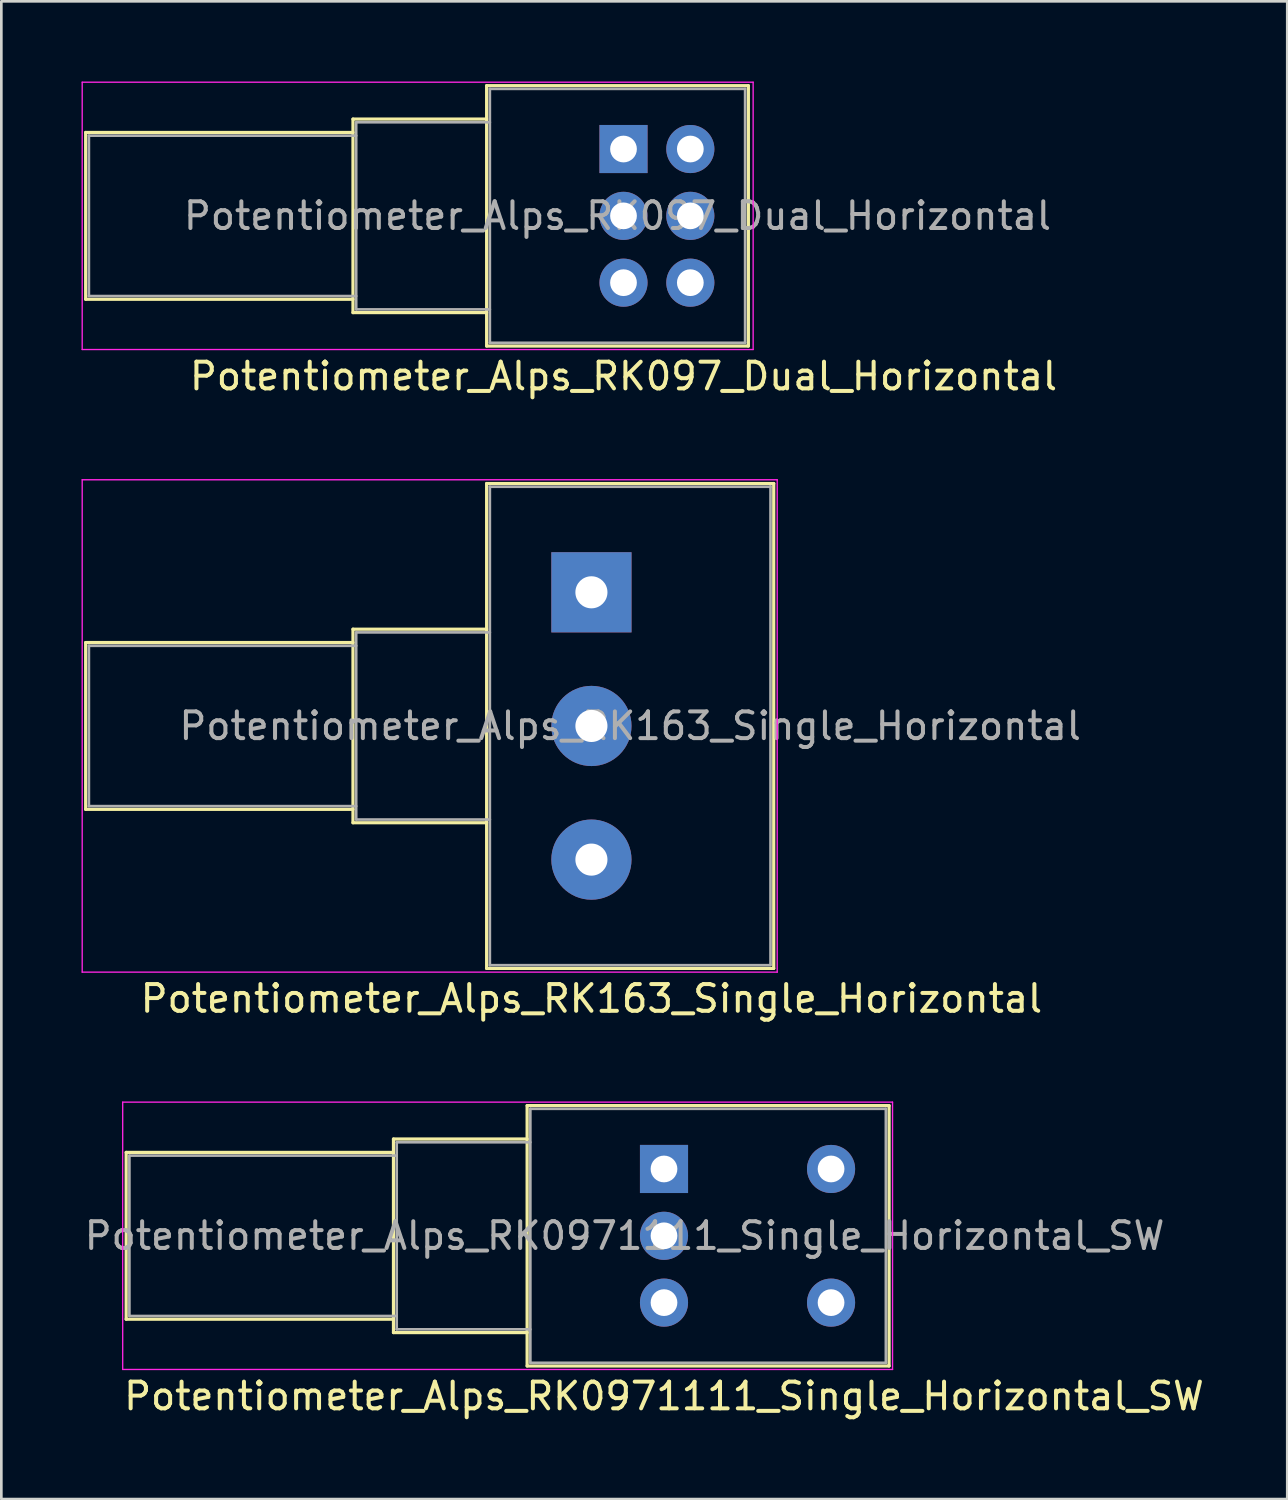
<source format=kicad_pcb>
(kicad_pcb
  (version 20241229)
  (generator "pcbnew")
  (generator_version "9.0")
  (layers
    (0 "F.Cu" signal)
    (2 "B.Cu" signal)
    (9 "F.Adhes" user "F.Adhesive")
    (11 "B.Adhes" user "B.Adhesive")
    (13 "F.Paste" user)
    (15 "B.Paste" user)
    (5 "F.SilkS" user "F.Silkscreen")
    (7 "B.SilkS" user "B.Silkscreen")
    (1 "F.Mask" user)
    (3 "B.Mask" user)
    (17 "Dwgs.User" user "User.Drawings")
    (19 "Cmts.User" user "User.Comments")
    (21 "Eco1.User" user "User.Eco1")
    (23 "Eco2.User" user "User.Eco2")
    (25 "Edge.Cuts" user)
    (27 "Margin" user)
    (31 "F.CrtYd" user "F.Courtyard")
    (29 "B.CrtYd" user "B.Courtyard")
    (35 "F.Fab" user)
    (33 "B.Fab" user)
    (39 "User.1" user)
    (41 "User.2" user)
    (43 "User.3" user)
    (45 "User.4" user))
  (footprint "Potentiometer_Alps_RK097_Dual_Horizontal"
    (layer "F.Cu")
    (at 20.275 2.525)
    (property "Reference" "Potentiometer_Alps_RK097_Dual_Horizontal" (at 0 8.5 180) (layer "F.SilkS") (effects (font (size 1 1) (thickness 0.15))))
    (attr through_hole)
    (fp_line (start -20.12 5.62) (end -20.12 -0.62) (stroke (width 0.12) (type solid)) (layer "F.SilkS"))
    (fp_line (start -10.12 -0.62) (end -20.12 -0.62) (stroke (width 0.12) (type solid)) (layer "F.SilkS"))
    (fp_line (start -10.12 5.62) (end -20.12 5.62) (stroke (width 0.12) (type solid)) (layer "F.SilkS"))
    (fp_line (start -10.12 6.12) (end -10.12 -1.12) (stroke (width 0.12) (type solid)) (layer "F.SilkS"))
    (fp_line (start -5.12 -1.12) (end -10.12 -1.12) (stroke (width 0.12) (type solid)) (layer "F.SilkS"))
    (fp_line (start -5.12 6.12) (end -10.12 6.12) (stroke (width 0.12) (type solid)) (layer "F.SilkS"))
    (fp_line (start -5.12 7.37) (end -5.12 -2.37) (stroke (width 0.12) (type solid)) (layer "F.SilkS"))
    (fp_line (start 4.671 -2.37) (end -5.12 -2.37) (stroke (width 0.12) (type solid)) (layer "F.SilkS"))
    (fp_line (start 4.671 7.37) (end -5.12 7.37) (stroke (width 0.12) (type solid)) (layer "F.SilkS"))
    (fp_line (start 4.671 7.37) (end 4.671 -2.37) (stroke (width 0.12) (type solid)) (layer "F.SilkS"))
    (fp_line (start -20.25 -2.5) (end -20.25 7.5) (stroke (width 0.05) (type solid)) (layer "F.CrtYd"))
    (fp_line (start -20.25 7.5) (end 4.85 7.5) (stroke (width 0.05) (type solid)) (layer "F.CrtYd"))
    (fp_line (start 4.85 -2.5) (end -20.25 -2.5) (stroke (width 0.05) (type solid)) (layer "F.CrtYd"))
    (fp_line (start 4.85 7.5) (end 4.85 -2.5) (stroke (width 0.05) (type solid)) (layer "F.CrtYd"))
    (fp_line (start -20 -0.5) (end -20 5.5) (stroke (width 0.1) (type solid)) (layer "F.Fab"))
    (fp_line (start -20 5.5) (end -10 5.5) (stroke (width 0.1) (type solid)) (layer "F.Fab"))
    (fp_line (start -10 -1) (end -10 6) (stroke (width 0.1) (type solid)) (layer "F.Fab"))
    (fp_line (start -10 -0.5) (end -20 -0.5) (stroke (width 0.1) (type solid)) (layer "F.Fab"))
    (fp_line (start -10 6) (end -5 6) (stroke (width 0.1) (type solid)) (layer "F.Fab"))
    (fp_line (start -5 -2.25) (end -5 7.25) (stroke (width 0.1) (type solid)) (layer "F.Fab"))
    (fp_line (start -5 -1) (end -10 -1) (stroke (width 0.1) (type solid)) (layer "F.Fab"))
    (fp_line (start -5 7.25) (end 4.55 7.25) (stroke (width 0.1) (type solid)) (layer "F.Fab"))
    (fp_line (start 4.55 -2.25) (end -5 -2.25) (stroke (width 0.1) (type solid)) (layer "F.Fab"))
    (fp_line (start 4.55 7.25) (end 4.55 -2.25) (stroke (width 0.1) (type solid)) (layer "F.Fab"))
    (fp_text user "${REFERENCE}" (at -0.225 2.5 180) (layer "F.Fab") (effects (font (size 1 1) (thickness 0.15))))
    (pad "1" thru_hole rect (at 0 0 180) (size 1.8 1.8) (drill 1) (layers "*.Cu" "*.Mask"))
    (pad "2" thru_hole circle (at 0 2.5 180) (size 1.8 1.8) (drill 1) (layers "*.Cu" "*.Mask"))
    (pad "3" thru_hole circle (at 0 5 180) (size 1.8 1.8) (drill 1) (layers "*.Cu" "*.Mask"))
    (pad "4" thru_hole circle (at 2.5 0 180) (size 1.8 1.8) (drill 1) (layers "*.Cu" "*.Mask"))
    (pad "5" thru_hole circle (at 2.5 2.5 180) (size 1.8 1.8) (drill 1) (layers "*.Cu" "*.Mask"))
    (pad "6" thru_hole circle (at 2.5 5 180) (size 1.8 1.8) (drill 1) (layers "*.Cu" "*.Mask")))
  (footprint "Potentiometer_Alps_RK163_Single_Horizontal"
    (layer "F.Cu")
    (at 19.075 19.108)
    (property "Reference" "Potentiometer_Alps_RK163_Single_Horizontal" (at 0 15.2 180) (layer "F.SilkS") (effects (font (size 1 1) (thickness 0.15))))
    (attr through_hole)
    (fp_line (start -18.92 8.12) (end -18.92 1.88) (stroke (width 0.12) (type solid)) (layer "F.SilkS"))
    (fp_line (start -8.92 1.88) (end -18.92 1.88) (stroke (width 0.12) (type solid)) (layer "F.SilkS"))
    (fp_line (start -8.92 8.12) (end -18.92 8.12) (stroke (width 0.12) (type solid)) (layer "F.SilkS"))
    (fp_line (start -8.92 8.62) (end -8.92 1.38) (stroke (width 0.12) (type solid)) (layer "F.SilkS"))
    (fp_line (start -3.92 1.38) (end -8.92 1.38) (stroke (width 0.12) (type solid)) (layer "F.SilkS"))
    (fp_line (start -3.92 8.62) (end -8.92 8.62) (stroke (width 0.12) (type solid)) (layer "F.SilkS"))
    (fp_line (start -3.92 14.07) (end -3.92 -4.07) (stroke (width 0.12) (type solid)) (layer "F.SilkS"))
    (fp_line (start 6.82 -4.07) (end -3.92 -4.07) (stroke (width 0.12) (type solid)) (layer "F.SilkS"))
    (fp_line (start 6.82 14.07) (end -3.92 14.07) (stroke (width 0.12) (type solid)) (layer "F.SilkS"))
    (fp_line (start 6.82 14.07) (end 6.82 -4.07) (stroke (width 0.12) (type solid)) (layer "F.SilkS"))
    (fp_line (start -19.05 -4.21) (end -19.05 14.21) (stroke (width 0.05) (type solid)) (layer "F.CrtYd"))
    (fp_line (start -19.05 14.21) (end 6.95 14.21) (stroke (width 0.05) (type solid)) (layer "F.CrtYd"))
    (fp_line (start 6.95 -4.21) (end -19.05 -4.21) (stroke (width 0.05) (type solid)) (layer "F.CrtYd"))
    (fp_line (start 6.95 14.21) (end 6.95 -4.21) (stroke (width 0.05) (type solid)) (layer "F.CrtYd"))
    (fp_line (start -18.8 2) (end -18.8 8) (stroke (width 0.1) (type solid)) (layer "F.Fab"))
    (fp_line (start -18.8 8) (end -8.8 8) (stroke (width 0.1) (type solid)) (layer "F.Fab"))
    (fp_line (start -8.8 1.5) (end -8.8 8.5) (stroke (width 0.1) (type solid)) (layer "F.Fab"))
    (fp_line (start -8.8 2) (end -18.8 2) (stroke (width 0.1) (type solid)) (layer "F.Fab"))
    (fp_line (start -8.8 8.5) (end -3.8 8.5) (stroke (width 0.1) (type solid)) (layer "F.Fab"))
    (fp_line (start -3.8 -3.95) (end -3.8 13.95) (stroke (width 0.1) (type solid)) (layer "F.Fab"))
    (fp_line (start -3.8 1.5) (end -8.8 1.5) (stroke (width 0.1) (type solid)) (layer "F.Fab"))
    (fp_line (start -3.8 13.95) (end 6.7 13.95) (stroke (width 0.1) (type solid)) (layer "F.Fab"))
    (fp_line (start 6.7 -3.95) (end -3.8 -3.95) (stroke (width 0.1) (type solid)) (layer "F.Fab"))
    (fp_line (start 6.7 13.93) (end 6.7 -3.97) (stroke (width 0.1) (type solid)) (layer "F.Fab"))
    (fp_text user "${REFERENCE}" (at 1.45 5 180) (layer "F.Fab") (effects (font (size 1 1) (thickness 0.15))))
    (pad "1" thru_hole rect (at 0 0 180) (size 3 3) (drill 1.2) (layers "*.Cu" "*.Mask"))
    (pad "2" thru_hole circle (at 0 5 180) (size 3 3) (drill 1.2) (layers "*.Cu" "*.Mask"))
    (pad "3" thru_hole circle (at 0 10 180) (size 3 3) (drill 1.2) (layers "*.Cu" "*.Mask")))
  (footprint "Potentiometer_Alps_RK0971111_Single_Horizontal_SW"
    (layer "F.Cu")
    (at 21.79 40.681)
    (property "Reference" "Potentiometer_Alps_RK0971111_Single_Horizontal_SW" (at 0 8.5 180) (layer "F.SilkS") (effects (font (size 1 1) (thickness 0.15))))
    (attr through_hole)
    (fp_line (start -20.12 5.62) (end -20.12 -0.62) (stroke (width 0.12) (type solid)) (layer "F.SilkS"))
    (fp_line (start -10.12 -0.62) (end -20.12 -0.62) (stroke (width 0.12) (type solid)) (layer "F.SilkS"))
    (fp_line (start -10.12 5.62) (end -20.12 5.62) (stroke (width 0.12) (type solid)) (layer "F.SilkS"))
    (fp_line (start -10.12 6.12) (end -10.12 -1.12) (stroke (width 0.12) (type solid)) (layer "F.SilkS"))
    (fp_line (start -5.12 -1.12) (end -10.12 -1.12) (stroke (width 0.12) (type solid)) (layer "F.SilkS"))
    (fp_line (start -5.12 6.12) (end -10.12 6.12) (stroke (width 0.12) (type solid)) (layer "F.SilkS"))
    (fp_line (start -5.12 7.37) (end -5.12 -2.37) (stroke (width 0.12) (type solid)) (layer "F.SilkS"))
    (fp_line (start 8.42 -2.37) (end -5.12 -2.37) (stroke (width 0.12) (type solid)) (layer "F.SilkS"))
    (fp_line (start 8.42 7.37) (end -5.12 7.37) (stroke (width 0.12) (type solid)) (layer "F.SilkS"))
    (fp_line (start 8.42 7.37) (end 8.42 -2.37) (stroke (width 0.12) (type solid)) (layer "F.SilkS"))
    (fp_line (start -20.25 -2.5) (end -20.25 7.5) (stroke (width 0.05) (type solid)) (layer "F.CrtYd"))
    (fp_line (start -20.25 7.5) (end 8.55 7.5) (stroke (width 0.05) (type solid)) (layer "F.CrtYd"))
    (fp_line (start 8.55 -2.5) (end -20.25 -2.5) (stroke (width 0.05) (type solid)) (layer "F.CrtYd"))
    (fp_line (start 8.55 7.5) (end 8.55 -2.5) (stroke (width 0.05) (type solid)) (layer "F.CrtYd"))
    (fp_line (start -20 -0.5) (end -20 5.5) (stroke (width 0.1) (type solid)) (layer "F.Fab"))
    (fp_line (start -20 5.5) (end -10 5.5) (stroke (width 0.1) (type solid)) (layer "F.Fab"))
    (fp_line (start -10 -1) (end -10 6) (stroke (width 0.1) (type solid)) (layer "F.Fab"))
    (fp_line (start -10 -0.5) (end -20 -0.5) (stroke (width 0.1) (type solid)) (layer "F.Fab"))
    (fp_line (start -10 6) (end -5 6) (stroke (width 0.1) (type solid)) (layer "F.Fab"))
    (fp_line (start -5 -2.25) (end -5 7.25) (stroke (width 0.1) (type solid)) (layer "F.Fab"))
    (fp_line (start -5 -1) (end -10 -1) (stroke (width 0.1) (type solid)) (layer "F.Fab"))
    (fp_line (start -5 7.25) (end 8.3 7.25) (stroke (width 0.1) (type solid)) (layer "F.Fab"))
    (fp_line (start 8.3 -2.25) (end -5 -2.25) (stroke (width 0.1) (type solid)) (layer "F.Fab"))
    (fp_line (start 8.3 7.25) (end 8.3 -2.25) (stroke (width 0.1) (type solid)) (layer "F.Fab"))
    (fp_text user "${REFERENCE}" (at -1.475 2.5 180) (layer "F.Fab") (effects (font (size 1 1) (thickness 0.15))))
    (pad "1" thru_hole rect (at 0 0 180) (size 1.8 1.8) (drill 1) (layers "*.Cu" "*.Mask"))
    (pad "2" thru_hole circle (at 0 2.5 180) (size 1.8 1.8) (drill 1) (layers "*.Cu" "*.Mask"))
    (pad "3" thru_hole circle (at 0 5 180) (size 1.8 1.8) (drill 1) (layers "*.Cu" "*.Mask"))
    (pad "4" thru_hole circle (at 6.25 0 180) (size 1.8 1.8) (drill 1) (layers "*.Cu" "*.Mask"))
    (pad "5" thru_hole circle (at 6.25 5 180) (size 1.8 1.8) (drill 1) (layers "*.Cu" "*.Mask")))
  (gr_rect
    (start -3 -3)
    (end 45.106 53.03)
    (stroke (width 0.1) (type default))
    (fill no)
    (layer "Edge.Cuts")))
</source>
